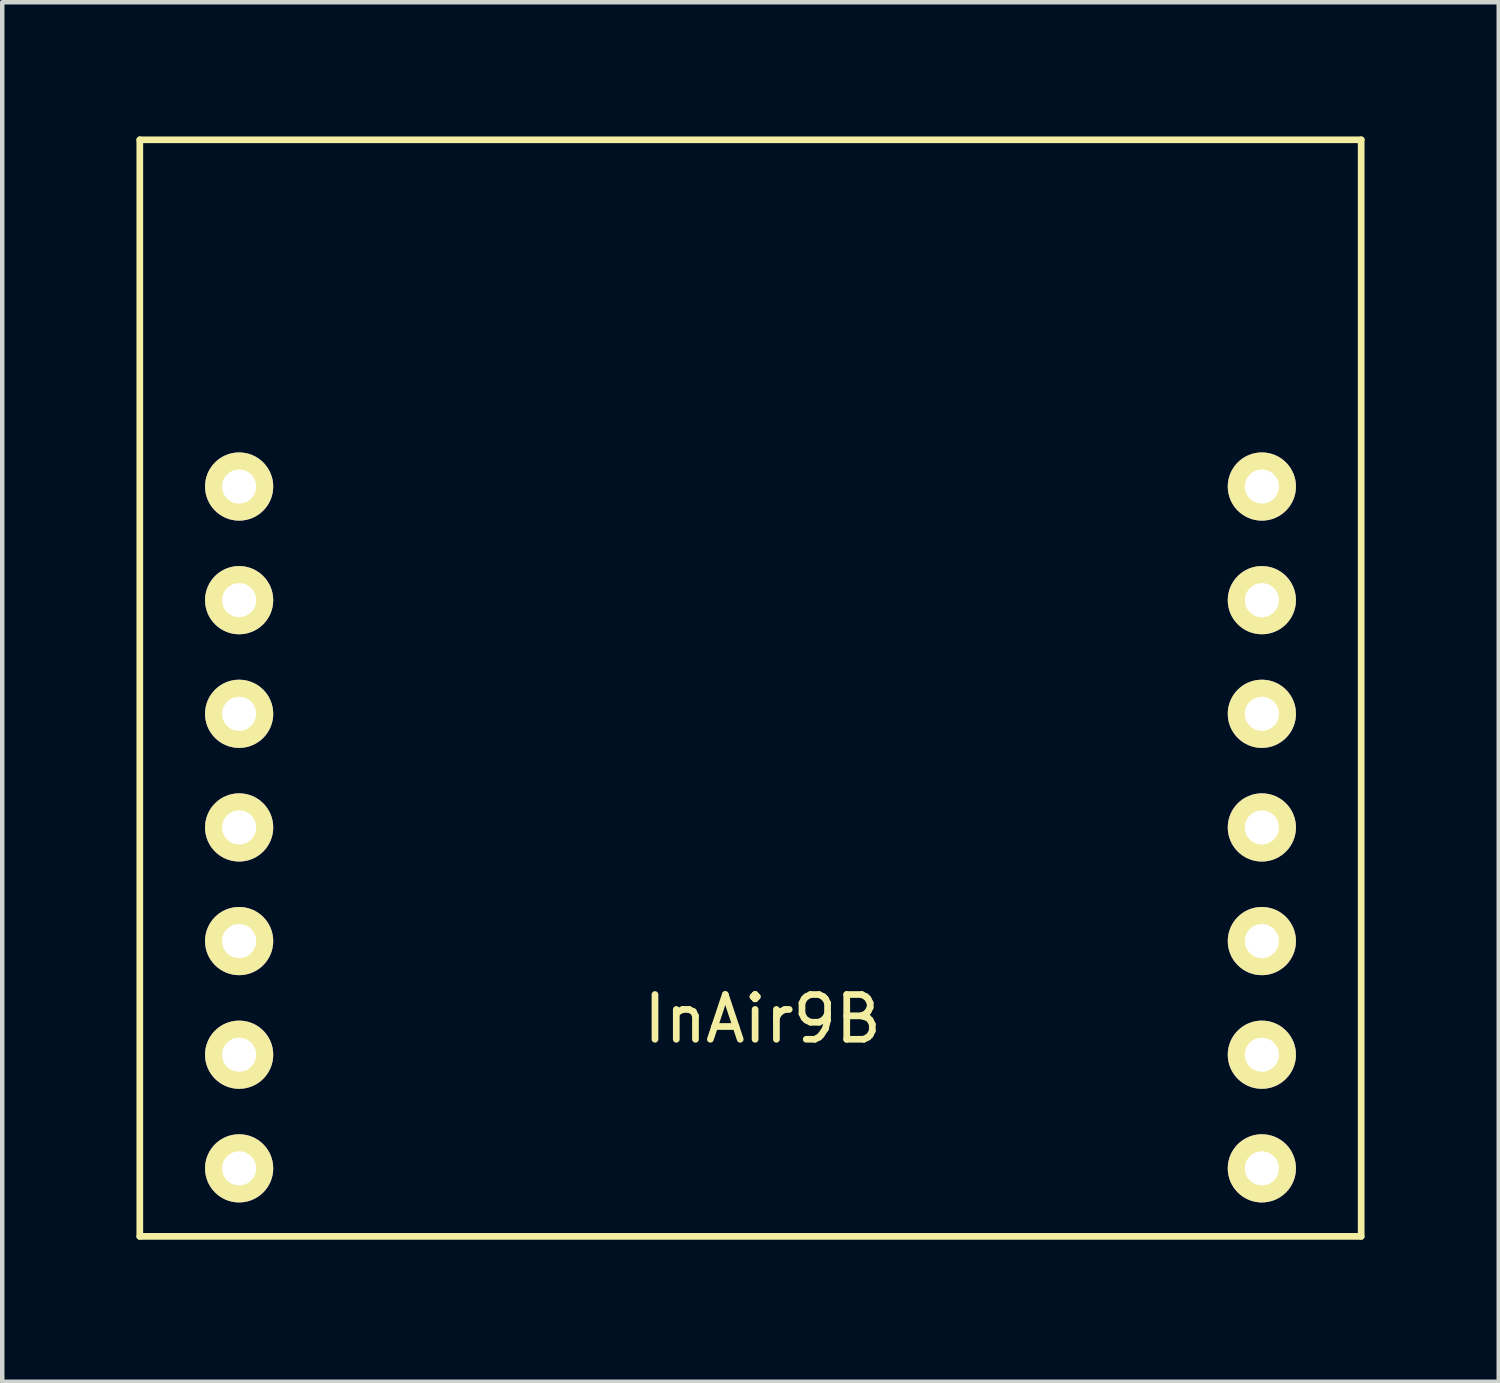
<source format=kicad_pcb>
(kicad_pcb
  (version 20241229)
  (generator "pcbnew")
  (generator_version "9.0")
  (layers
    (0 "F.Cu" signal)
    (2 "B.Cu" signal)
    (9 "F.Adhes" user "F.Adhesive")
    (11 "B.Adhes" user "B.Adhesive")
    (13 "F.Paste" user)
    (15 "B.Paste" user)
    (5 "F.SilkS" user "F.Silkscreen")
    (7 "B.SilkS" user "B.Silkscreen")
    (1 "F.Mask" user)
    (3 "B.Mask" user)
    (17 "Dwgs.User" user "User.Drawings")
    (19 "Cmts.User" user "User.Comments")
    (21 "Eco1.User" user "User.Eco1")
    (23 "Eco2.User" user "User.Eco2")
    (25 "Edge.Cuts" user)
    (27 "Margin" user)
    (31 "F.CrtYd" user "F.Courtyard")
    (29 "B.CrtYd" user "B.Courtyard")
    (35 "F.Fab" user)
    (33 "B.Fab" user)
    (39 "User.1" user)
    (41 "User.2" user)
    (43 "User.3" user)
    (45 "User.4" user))
  (footprint "InAir9B"
    (layer "F.Cu")
    (at 13.725 24.585)
    (property "Reference" "InAir9B" (at 0.27 -4.86 0) (layer "F.SilkS") (effects (font (size 1 1) (thickness 0.15))))
    (attr through_hole)
    (fp_line (start -13.65 -24.51) (end -13.65 0) (stroke (width 0.15) (type solid)) (layer "F.SilkS"))
    (fp_line (start -13.65 0) (end 13.65 0) (stroke (width 0.15) (type solid)) (layer "F.SilkS"))
    (fp_line (start 13.65 -24.51) (end -13.65 -24.51) (stroke (width 0.15) (type solid)) (layer "F.SilkS"))
    (fp_line (start 13.65 0) (end 13.65 -24.51) (stroke (width 0.15) (type solid)) (layer "F.SilkS"))
    (pad "1" thru_hole circle (at -11.43 -16.76) (size 1.524 1.524) (drill 0.762) (layers "*.Cu" "*.Mask" "F.SilkS"))
    (pad "2" thru_hole circle (at -11.43 -14.22) (size 1.524 1.524) (drill 0.762) (layers "*.Cu" "*.Mask" "F.SilkS"))
    (pad "3" thru_hole circle (at -11.43 -11.68) (size 1.524 1.524) (drill 0.762) (layers "*.Cu" "*.Mask" "F.SilkS"))
    (pad "4" thru_hole circle (at -11.43 -9.14) (size 1.524 1.524) (drill 0.762) (layers "*.Cu" "*.Mask" "F.SilkS"))
    (pad "5" thru_hole circle (at -11.43 -6.6) (size 1.524 1.524) (drill 0.762) (layers "*.Cu" "*.Mask" "F.SilkS"))
    (pad "6" thru_hole circle (at -11.43 -4.06) (size 1.524 1.524) (drill 0.762) (layers "*.Cu" "*.Mask" "F.SilkS"))
    (pad "7" thru_hole circle (at -11.43 -1.52) (size 1.524 1.524) (drill 0.762) (layers "*.Cu" "*.Mask" "F.SilkS"))
    (pad "8" thru_hole circle (at 11.43 -1.52) (size 1.524 1.524) (drill 0.762) (layers "*.Cu" "*.Mask" "F.SilkS"))
    (pad "9" thru_hole circle (at 11.43 -4.06) (size 1.524 1.524) (drill 0.762) (layers "*.Cu" "*.Mask" "F.SilkS"))
    (pad "10" thru_hole circle (at 11.43 -6.6) (size 1.524 1.524) (drill 0.762) (layers "*.Cu" "*.Mask" "F.SilkS"))
    (pad "11" thru_hole circle (at 11.43 -9.14) (size 1.524 1.524) (drill 0.762) (layers "*.Cu" "*.Mask" "F.SilkS"))
    (pad "12" thru_hole circle (at 11.43 -11.68) (size 1.524 1.524) (drill 0.762) (layers "*.Cu" "*.Mask" "F.SilkS"))
    (pad "13" thru_hole circle (at 11.43 -14.22) (size 1.524 1.524) (drill 0.762) (layers "*.Cu" "*.Mask" "F.SilkS"))
    (pad "14" thru_hole circle (at 11.43 -16.76) (size 1.524 1.524) (drill 0.762) (layers "*.Cu" "*.Mask" "F.SilkS")))
  (gr_rect
    (start -3 -3)
    (end 30.45 27.835)
    (stroke (width 0.1) (type default))
    (fill no)
    (layer "Edge.Cuts")))
</source>
